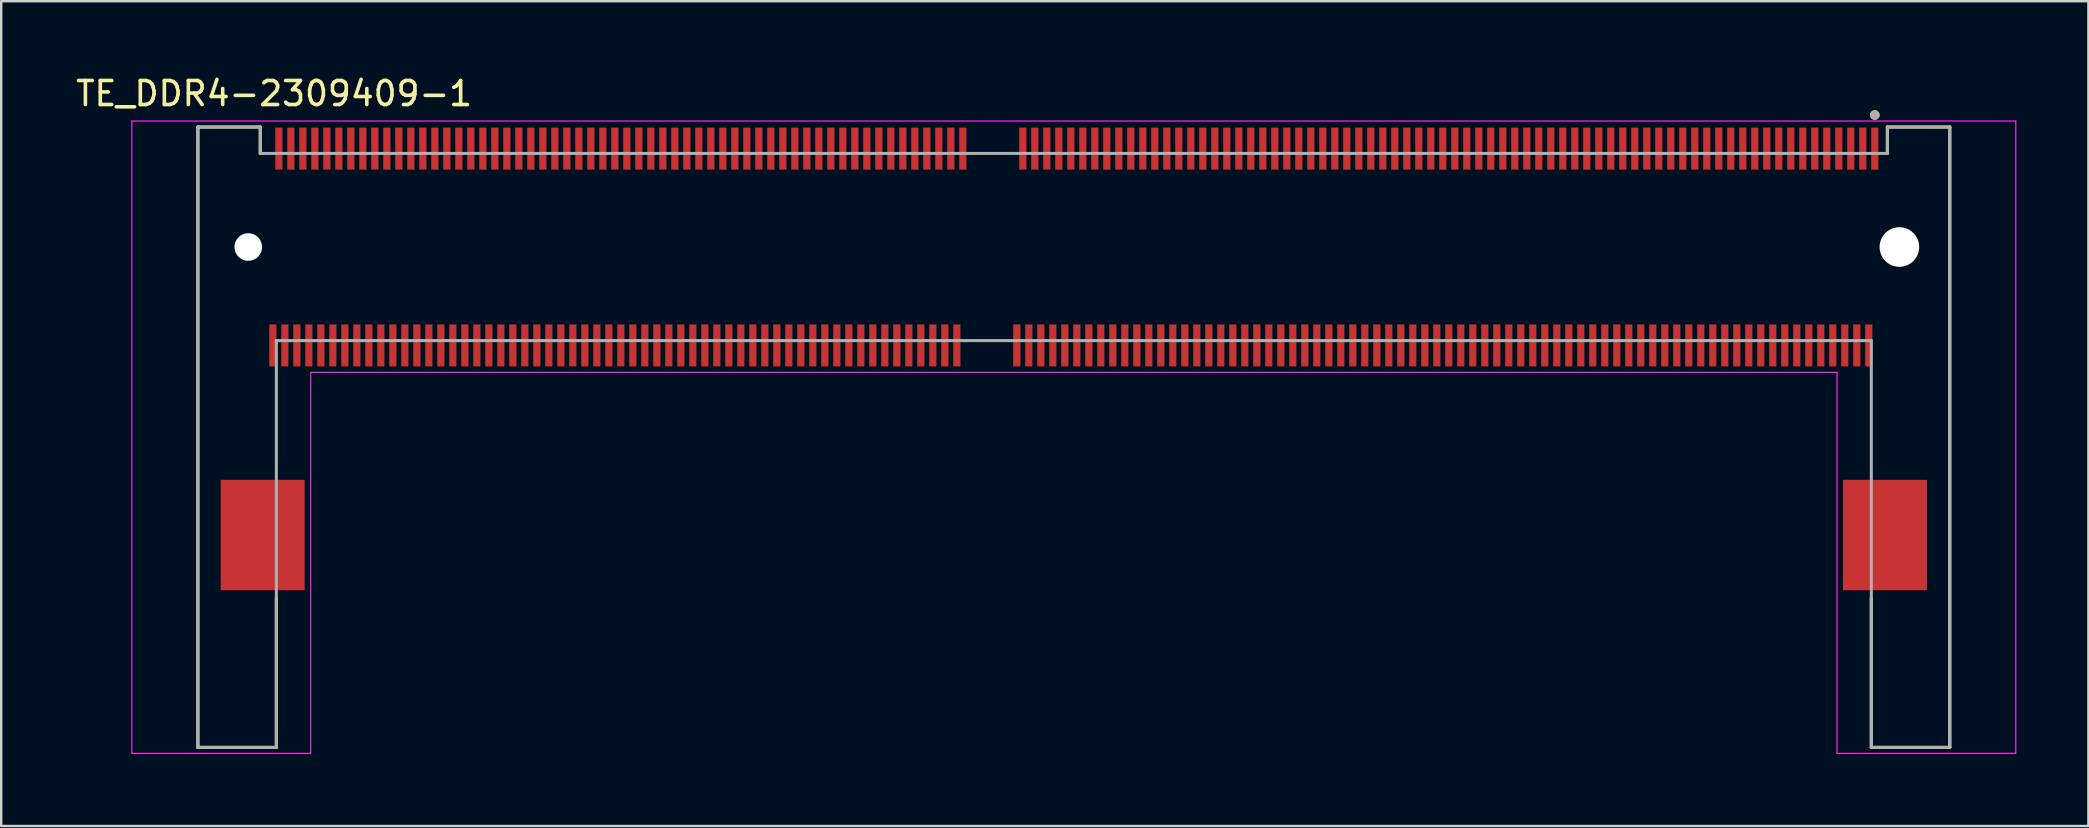
<source format=kicad_pcb>
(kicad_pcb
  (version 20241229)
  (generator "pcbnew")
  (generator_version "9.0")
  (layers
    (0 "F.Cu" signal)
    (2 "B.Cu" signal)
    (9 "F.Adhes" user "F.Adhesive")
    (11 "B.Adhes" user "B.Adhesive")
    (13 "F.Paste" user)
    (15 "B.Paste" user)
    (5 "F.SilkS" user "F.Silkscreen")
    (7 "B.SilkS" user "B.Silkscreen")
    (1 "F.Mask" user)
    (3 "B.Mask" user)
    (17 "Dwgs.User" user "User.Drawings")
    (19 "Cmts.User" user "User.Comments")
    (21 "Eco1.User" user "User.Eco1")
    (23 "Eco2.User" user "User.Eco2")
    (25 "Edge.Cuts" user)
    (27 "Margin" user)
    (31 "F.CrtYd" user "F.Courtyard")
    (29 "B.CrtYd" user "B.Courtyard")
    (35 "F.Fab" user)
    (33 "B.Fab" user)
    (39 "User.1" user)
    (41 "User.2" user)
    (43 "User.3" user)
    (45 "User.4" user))
  (footprint "TE_DDR4-2309409-1"
    (layer "F.Cu")
    (at 38.195 7.243)
    (property "Reference" "TE_DDR4-2309409-1" (at -29.821 -6.394 0) (layer "F.SilkS") (effects (font (size 1.001 1.001) (thickness 0.15))))
    (attr smd)
    (fp_line (start -33 -5) (end -33 20.85) (stroke (width 0.127) (type solid)) (layer "F.SilkS"))
    (fp_line (start -33 20.85) (end -29.73 20.85) (stroke (width 0.127) (type solid)) (layer "F.SilkS"))
    (fp_line (start -30.4 -5) (end -33 -5) (stroke (width 0.127) (type solid)) (layer "F.SilkS"))
    (fp_line (start -30.4 -3.9) (end -30.4 -5) (stroke (width 0.127) (type solid)) (layer "F.SilkS"))
    (fp_line (start -29.73 20.85) (end -29.73 14.62) (stroke (width 0.127) (type solid)) (layer "F.SilkS"))
    (fp_line (start 36.73 20.85) (end 36.73 14.62) (stroke (width 0.127) (type solid)) (layer "F.SilkS"))
    (fp_line (start 37.4 -5) (end 40 -5) (stroke (width 0.127) (type solid)) (layer "F.SilkS"))
    (fp_line (start 37.4 -3.9) (end 37.4 -5) (stroke (width 0.127) (type solid)) (layer "F.SilkS"))
    (fp_line (start 40 -5) (end 40 20.85) (stroke (width 0.127) (type solid)) (layer "F.SilkS"))
    (fp_line (start 40 20.85) (end 36.73 20.85) (stroke (width 0.127) (type solid)) (layer "F.SilkS"))
    (fp_circle (center 36.875 -5.5) (end 36.975 -5.5) (stroke (width 0.2) (type solid)) (fill no) (layer "F.SilkS"))
    (fp_line (start -35.75 -5.25) (end 42.75 -5.25) (stroke (width 0.05) (type solid)) (layer "F.CrtYd"))
    (fp_line (start -35.75 21.1) (end -35.75 -5.25) (stroke (width 0.05) (type solid)) (layer "F.CrtYd"))
    (fp_line (start -28.3 5.225) (end -28.3 21.1) (stroke (width 0.05) (type solid)) (layer "F.CrtYd"))
    (fp_line (start -28.3 21.1) (end -35.75 21.1) (stroke (width 0.05) (type solid)) (layer "F.CrtYd"))
    (fp_line (start 35.3 5.225) (end -28.3 5.225) (stroke (width 0.05) (type solid)) (layer "F.CrtYd"))
    (fp_line (start 35.3 21.1) (end 35.3 5.225) (stroke (width 0.05) (type solid)) (layer "F.CrtYd"))
    (fp_line (start 42.75 -5.25) (end 42.75 21.1) (stroke (width 0.05) (type solid)) (layer "F.CrtYd"))
    (fp_line (start 42.75 21.1) (end 35.3 21.1) (stroke (width 0.05) (type solid)) (layer "F.CrtYd"))
    (fp_line (start -33 -5) (end -33 20.85) (stroke (width 0.127) (type solid)) (layer "F.Fab"))
    (fp_line (start -33 -5) (end -30.4 -5) (stroke (width 0.127) (type solid)) (layer "F.Fab"))
    (fp_line (start -33 20.85) (end -29.73 20.85) (stroke (width 0.127) (type solid)) (layer "F.Fab"))
    (fp_line (start -30.4 -5) (end -30.4 -3.9) (stroke (width 0.127) (type solid)) (layer "F.Fab"))
    (fp_line (start -30.4 -3.9) (end 37.4 -3.9) (stroke (width 0.127) (type solid)) (layer "F.Fab"))
    (fp_line (start -29.73 3.9) (end 36.73 3.9) (stroke (width 0.127) (type solid)) (layer "F.Fab"))
    (fp_line (start -29.73 20.85) (end -29.73 3.9) (stroke (width 0.127) (type solid)) (layer "F.Fab"))
    (fp_line (start 36.73 3.9) (end 36.73 20.85) (stroke (width 0.127) (type solid)) (layer "F.Fab"))
    (fp_line (start 36.73 20.85) (end 40 20.85) (stroke (width 0.127) (type solid)) (layer "F.Fab"))
    (fp_line (start 37.4 -5) (end 40 -5) (stroke (width 0.127) (type solid)) (layer "F.Fab"))
    (fp_line (start 37.4 -3.9) (end 37.4 -5) (stroke (width 0.127) (type solid)) (layer "F.Fab"))
    (fp_line (start 40 20.85) (end 40 -5) (stroke (width 0.127) (type solid)) (layer "F.Fab"))
    (fp_circle (center 36.875 -5.5) (end 36.975 -5.5) (stroke (width 0.2) (type solid)) (fill no) (layer "F.Fab"))
    (pad "" np_thru_hole circle (at -30.9 0) (size 1.15 1.15) (drill 1.15) (layers "*.Cu" "*.Mask"))
    (pad "" np_thru_hole circle (at 37.9 0) (size 1.65 1.65) (drill 1.65) (layers "*.Cu" "*.Mask"))
    (pad "1" smd rect (at 36.875 -4.1) (size 0.3 1.75) (layers "F.Cu" "F.Mask" "F.Paste"))
    (pad "2" smd rect (at 36.625 4.1) (size 0.3 1.75) (layers "F.Cu" "F.Mask" "F.Paste"))
    (pad "3" smd rect (at 36.375 -4.1) (size 0.3 1.75) (layers "F.Cu" "F.Mask" "F.Paste"))
    (pad "4" smd rect (at 36.125 4.1) (size 0.3 1.75) (layers "F.Cu" "F.Mask" "F.Paste"))
    (pad "5" smd rect (at 35.875 -4.1) (size 0.3 1.75) (layers "F.Cu" "F.Mask" "F.Paste"))
    (pad "6" smd rect (at 35.625 4.1) (size 0.3 1.75) (layers "F.Cu" "F.Mask" "F.Paste"))
    (pad "7" smd rect (at 35.375 -4.1) (size 0.3 1.75) (layers "F.Cu" "F.Mask" "F.Paste"))
    (pad "8" smd rect (at 35.125 4.1) (size 0.3 1.75) (layers "F.Cu" "F.Mask" "F.Paste"))
    (pad "9" smd rect (at 34.875 -4.1) (size 0.3 1.75) (layers "F.Cu" "F.Mask" "F.Paste"))
    (pad "10" smd rect (at 34.625 4.1) (size 0.3 1.75) (layers "F.Cu" "F.Mask" "F.Paste"))
    (pad "11" smd rect (at 34.375 -4.1) (size 0.3 1.75) (layers "F.Cu" "F.Mask" "F.Paste"))
    (pad "12" smd rect (at 34.125 4.1) (size 0.3 1.75) (layers "F.Cu" "F.Mask" "F.Paste"))
    (pad "13" smd rect (at 33.875 -4.1) (size 0.3 1.75) (layers "F.Cu" "F.Mask" "F.Paste"))
    (pad "14" smd rect (at 33.625 4.1) (size 0.3 1.75) (layers "F.Cu" "F.Mask" "F.Paste"))
    (pad "15" smd rect (at 33.375 -4.1) (size 0.3 1.75) (layers "F.Cu" "F.Mask" "F.Paste"))
    (pad "16" smd rect (at 33.125 4.1) (size 0.3 1.75) (layers "F.Cu" "F.Mask" "F.Paste"))
    (pad "17" smd rect (at 32.875 -4.1) (size 0.3 1.75) (layers "F.Cu" "F.Mask" "F.Paste"))
    (pad "18" smd rect (at 32.625 4.1) (size 0.3 1.75) (layers "F.Cu" "F.Mask" "F.Paste"))
    (pad "19" smd rect (at 32.375 -4.1) (size 0.3 1.75) (layers "F.Cu" "F.Mask" "F.Paste"))
    (pad "20" smd rect (at 32.125 4.1) (size 0.3 1.75) (layers "F.Cu" "F.Mask" "F.Paste"))
    (pad "21" smd rect (at 31.875 -4.1) (size 0.3 1.75) (layers "F.Cu" "F.Mask" "F.Paste"))
    (pad "22" smd rect (at 31.625 4.1) (size 0.3 1.75) (layers "F.Cu" "F.Mask" "F.Paste"))
    (pad "23" smd rect (at 31.375 -4.1) (size 0.3 1.75) (layers "F.Cu" "F.Mask" "F.Paste"))
    (pad "24" smd rect (at 31.125 4.1) (size 0.3 1.75) (layers "F.Cu" "F.Mask" "F.Paste"))
    (pad "25" smd rect (at 30.875 -4.1) (size 0.3 1.75) (layers "F.Cu" "F.Mask" "F.Paste"))
    (pad "26" smd rect (at 30.625 4.1) (size 0.3 1.75) (layers "F.Cu" "F.Mask" "F.Paste"))
    (pad "27" smd rect (at 30.375 -4.1) (size 0.3 1.75) (layers "F.Cu" "F.Mask" "F.Paste"))
    (pad "28" smd rect (at 30.125 4.1) (size 0.3 1.75) (layers "F.Cu" "F.Mask" "F.Paste"))
    (pad "29" smd rect (at 29.875 -4.1) (size 0.3 1.75) (layers "F.Cu" "F.Mask" "F.Paste"))
    (pad "30" smd rect (at 29.625 4.1) (size 0.3 1.75) (layers "F.Cu" "F.Mask" "F.Paste"))
    (pad "31" smd rect (at 29.375 -4.1) (size 0.3 1.75) (layers "F.Cu" "F.Mask" "F.Paste"))
    (pad "32" smd rect (at 29.125 4.1) (size 0.3 1.75) (layers "F.Cu" "F.Mask" "F.Paste"))
    (pad "33" smd rect (at 28.875 -4.1) (size 0.3 1.75) (layers "F.Cu" "F.Mask" "F.Paste"))
    (pad "34" smd rect (at 28.625 4.1) (size 0.3 1.75) (layers "F.Cu" "F.Mask" "F.Paste"))
    (pad "35" smd rect (at 28.375 -4.1) (size 0.3 1.75) (layers "F.Cu" "F.Mask" "F.Paste"))
    (pad "36" smd rect (at 28.125 4.1) (size 0.3 1.75) (layers "F.Cu" "F.Mask" "F.Paste"))
    (pad "37" smd rect (at 27.875 -4.1) (size 0.3 1.75) (layers "F.Cu" "F.Mask" "F.Paste"))
    (pad "38" smd rect (at 27.625 4.1) (size 0.3 1.75) (layers "F.Cu" "F.Mask" "F.Paste"))
    (pad "39" smd rect (at 27.375 -4.1) (size 0.3 1.75) (layers "F.Cu" "F.Mask" "F.Paste"))
    (pad "40" smd rect (at 27.125 4.1) (size 0.3 1.75) (layers "F.Cu" "F.Mask" "F.Paste"))
    (pad "41" smd rect (at 26.875 -4.1) (size 0.3 1.75) (layers "F.Cu" "F.Mask" "F.Paste"))
    (pad "42" smd rect (at 26.625 4.1) (size 0.3 1.75) (layers "F.Cu" "F.Mask" "F.Paste"))
    (pad "43" smd rect (at 26.375 -4.1) (size 0.3 1.75) (layers "F.Cu" "F.Mask" "F.Paste"))
    (pad "44" smd rect (at 26.125 4.1) (size 0.3 1.75) (layers "F.Cu" "F.Mask" "F.Paste"))
    (pad "45" smd rect (at 25.875 -4.1) (size 0.3 1.75) (layers "F.Cu" "F.Mask" "F.Paste"))
    (pad "46" smd rect (at 25.625 4.1) (size 0.3 1.75) (layers "F.Cu" "F.Mask" "F.Paste"))
    (pad "47" smd rect (at 25.375 -4.1) (size 0.3 1.75) (layers "F.Cu" "F.Mask" "F.Paste"))
    (pad "48" smd rect (at 25.125 4.1) (size 0.3 1.75) (layers "F.Cu" "F.Mask" "F.Paste"))
    (pad "49" smd rect (at 24.875 -4.1) (size 0.3 1.75) (layers "F.Cu" "F.Mask" "F.Paste"))
    (pad "50" smd rect (at 24.625 4.1) (size 0.3 1.75) (layers "F.Cu" "F.Mask" "F.Paste"))
    (pad "51" smd rect (at 24.375 -4.1) (size 0.3 1.75) (layers "F.Cu" "F.Mask" "F.Paste"))
    (pad "52" smd rect (at 24.125 4.1) (size 0.3 1.75) (layers "F.Cu" "F.Mask" "F.Paste"))
    (pad "53" smd rect (at 23.875 -4.1) (size 0.3 1.75) (layers "F.Cu" "F.Mask" "F.Paste"))
    (pad "54" smd rect (at 23.625 4.1) (size 0.3 1.75) (layers "F.Cu" "F.Mask" "F.Paste"))
    (pad "55" smd rect (at 23.375 -4.1) (size 0.3 1.75) (layers "F.Cu" "F.Mask" "F.Paste"))
    (pad "56" smd rect (at 23.125 4.1) (size 0.3 1.75) (layers "F.Cu" "F.Mask" "F.Paste"))
    (pad "57" smd rect (at 22.875 -4.1) (size 0.3 1.75) (layers "F.Cu" "F.Mask" "F.Paste"))
    (pad "58" smd rect (at 22.625 4.1) (size 0.3 1.75) (layers "F.Cu" "F.Mask" "F.Paste"))
    (pad "59" smd rect (at 22.375 -4.1) (size 0.3 1.75) (layers "F.Cu" "F.Mask" "F.Paste"))
    (pad "60" smd rect (at 22.125 4.1) (size 0.3 1.75) (layers "F.Cu" "F.Mask" "F.Paste"))
    (pad "61" smd rect (at 21.875 -4.1) (size 0.3 1.75) (layers "F.Cu" "F.Mask" "F.Paste"))
    (pad "62" smd rect (at 21.625 4.1) (size 0.3 1.75) (layers "F.Cu" "F.Mask" "F.Paste"))
    (pad "63" smd rect (at 21.375 -4.1) (size 0.3 1.75) (layers "F.Cu" "F.Mask" "F.Paste"))
    (pad "64" smd rect (at 21.125 4.1) (size 0.3 1.75) (layers "F.Cu" "F.Mask" "F.Paste"))
    (pad "65" smd rect (at 20.875 -4.1) (size 0.3 1.75) (layers "F.Cu" "F.Mask" "F.Paste"))
    (pad "66" smd rect (at 20.625 4.1) (size 0.3 1.75) (layers "F.Cu" "F.Mask" "F.Paste"))
    (pad "67" smd rect (at 20.375 -4.1) (size 0.3 1.75) (layers "F.Cu" "F.Mask" "F.Paste"))
    (pad "68" smd rect (at 20.125 4.1) (size 0.3 1.75) (layers "F.Cu" "F.Mask" "F.Paste"))
    (pad "69" smd rect (at 19.875 -4.1) (size 0.3 1.75) (layers "F.Cu" "F.Mask" "F.Paste"))
    (pad "70" smd rect (at 19.625 4.1) (size 0.3 1.75) (layers "F.Cu" "F.Mask" "F.Paste"))
    (pad "71" smd rect (at 19.375 -4.1) (size 0.3 1.75) (layers "F.Cu" "F.Mask" "F.Paste"))
    (pad "72" smd rect (at 19.125 4.1) (size 0.3 1.75) (layers "F.Cu" "F.Mask" "F.Paste"))
    (pad "73" smd rect (at 18.875 -4.1) (size 0.3 1.75) (layers "F.Cu" "F.Mask" "F.Paste"))
    (pad "74" smd rect (at 18.625 4.1) (size 0.3 1.75) (layers "F.Cu" "F.Mask" "F.Paste"))
    (pad "75" smd rect (at 18.375 -4.1) (size 0.3 1.75) (layers "F.Cu" "F.Mask" "F.Paste"))
    (pad "76" smd rect (at 18.125 4.1) (size 0.3 1.75) (layers "F.Cu" "F.Mask" "F.Paste"))
    (pad "77" smd rect (at 17.875 -4.1) (size 0.3 1.75) (layers "F.Cu" "F.Mask" "F.Paste"))
    (pad "78" smd rect (at 17.625 4.1) (size 0.3 1.75) (layers "F.Cu" "F.Mask" "F.Paste"))
    (pad "79" smd rect (at 17.375 -4.1) (size 0.3 1.75) (layers "F.Cu" "F.Mask" "F.Paste"))
    (pad "80" smd rect (at 17.125 4.1) (size 0.3 1.75) (layers "F.Cu" "F.Mask" "F.Paste"))
    (pad "81" smd rect (at 16.875 -4.1) (size 0.3 1.75) (layers "F.Cu" "F.Mask" "F.Paste"))
    (pad "82" smd rect (at 16.625 4.1) (size 0.3 1.75) (layers "F.Cu" "F.Mask" "F.Paste"))
    (pad "83" smd rect (at 16.375 -4.1) (size 0.3 1.75) (layers "F.Cu" "F.Mask" "F.Paste"))
    (pad "84" smd rect (at 16.125 4.1) (size 0.3 1.75) (layers "F.Cu" "F.Mask" "F.Paste"))
    (pad "85" smd rect (at 15.875 -4.1) (size 0.3 1.75) (layers "F.Cu" "F.Mask" "F.Paste"))
    (pad "86" smd rect (at 15.625 4.1) (size 0.3 1.75) (layers "F.Cu" "F.Mask" "F.Paste"))
    (pad "87" smd rect (at 15.375 -4.1) (size 0.3 1.75) (layers "F.Cu" "F.Mask" "F.Paste"))
    (pad "88" smd rect (at 15.125 4.1) (size 0.3 1.75) (layers "F.Cu" "F.Mask" "F.Paste"))
    (pad "89" smd rect (at 14.875 -4.1) (size 0.3 1.75) (layers "F.Cu" "F.Mask" "F.Paste"))
    (pad "90" smd rect (at 14.625 4.1) (size 0.3 1.75) (layers "F.Cu" "F.Mask" "F.Paste"))
    (pad "91" smd rect (at 14.375 -4.1) (size 0.3 1.75) (layers "F.Cu" "F.Mask" "F.Paste"))
    (pad "92" smd rect (at 14.125 4.1) (size 0.3 1.75) (layers "F.Cu" "F.Mask" "F.Paste"))
    (pad "93" smd rect (at 13.875 -4.1) (size 0.3 1.75) (layers "F.Cu" "F.Mask" "F.Paste"))
    (pad "94" smd rect (at 13.625 4.1) (size 0.3 1.75) (layers "F.Cu" "F.Mask" "F.Paste"))
    (pad "95" smd rect (at 13.375 -4.1) (size 0.3 1.75) (layers "F.Cu" "F.Mask" "F.Paste"))
    (pad "96" smd rect (at 13.125 4.1) (size 0.3 1.75) (layers "F.Cu" "F.Mask" "F.Paste"))
    (pad "97" smd rect (at 12.875 -4.1) (size 0.3 1.75) (layers "F.Cu" "F.Mask" "F.Paste"))
    (pad "98" smd rect (at 12.625 4.1) (size 0.3 1.75) (layers "F.Cu" "F.Mask" "F.Paste"))
    (pad "99" smd rect (at 12.375 -4.1) (size 0.3 1.75) (layers "F.Cu" "F.Mask" "F.Paste"))
    (pad "100" smd rect (at 12.125 4.1) (size 0.3 1.75) (layers "F.Cu" "F.Mask" "F.Paste"))
    (pad "101" smd rect (at 11.875 -4.1) (size 0.3 1.75) (layers "F.Cu" "F.Mask" "F.Paste"))
    (pad "102" smd rect (at 11.625 4.1) (size 0.3 1.75) (layers "F.Cu" "F.Mask" "F.Paste"))
    (pad "103" smd rect (at 11.375 -4.1) (size 0.3 1.75) (layers "F.Cu" "F.Mask" "F.Paste"))
    (pad "104" smd rect (at 11.125 4.1) (size 0.3 1.75) (layers "F.Cu" "F.Mask" "F.Paste"))
    (pad "105" smd rect (at 10.875 -4.1) (size 0.3 1.75) (layers "F.Cu" "F.Mask" "F.Paste"))
    (pad "106" smd rect (at 10.625 4.1) (size 0.3 1.75) (layers "F.Cu" "F.Mask" "F.Paste"))
    (pad "107" smd rect (at 10.375 -4.1) (size 0.3 1.75) (layers "F.Cu" "F.Mask" "F.Paste"))
    (pad "108" smd rect (at 10.125 4.1) (size 0.3 1.75) (layers "F.Cu" "F.Mask" "F.Paste"))
    (pad "109" smd rect (at 9.875 -4.1) (size 0.3 1.75) (layers "F.Cu" "F.Mask" "F.Paste"))
    (pad "110" smd rect (at 9.625 4.1) (size 0.3 1.75) (layers "F.Cu" "F.Mask" "F.Paste"))
    (pad "111" smd rect (at 9.375 -4.1) (size 0.3 1.75) (layers "F.Cu" "F.Mask" "F.Paste"))
    (pad "112" smd rect (at 9.125 4.1) (size 0.3 1.75) (layers "F.Cu" "F.Mask" "F.Paste"))
    (pad "113" smd rect (at 8.875 -4.1) (size 0.3 1.75) (layers "F.Cu" "F.Mask" "F.Paste"))
    (pad "114" smd rect (at 8.625 4.1) (size 0.3 1.75) (layers "F.Cu" "F.Mask" "F.Paste"))
    (pad "115" smd rect (at 8.375 -4.1) (size 0.3 1.75) (layers "F.Cu" "F.Mask" "F.Paste"))
    (pad "116" smd rect (at 8.125 4.1) (size 0.3 1.75) (layers "F.Cu" "F.Mask" "F.Paste"))
    (pad "117" smd rect (at 7.875 -4.1) (size 0.3 1.75) (layers "F.Cu" "F.Mask" "F.Paste"))
    (pad "118" smd rect (at 7.625 4.1) (size 0.3 1.75) (layers "F.Cu" "F.Mask" "F.Paste"))
    (pad "119" smd rect (at 7.375 -4.1) (size 0.3 1.75) (layers "F.Cu" "F.Mask" "F.Paste"))
    (pad "120" smd rect (at 7.125 4.1) (size 0.3 1.75) (layers "F.Cu" "F.Mask" "F.Paste"))
    (pad "121" smd rect (at 6.875 -4.1) (size 0.3 1.75) (layers "F.Cu" "F.Mask" "F.Paste"))
    (pad "122" smd rect (at 6.625 4.1) (size 0.3 1.75) (layers "F.Cu" "F.Mask" "F.Paste"))
    (pad "123" smd rect (at 6.375 -4.1) (size 0.3 1.75) (layers "F.Cu" "F.Mask" "F.Paste"))
    (pad "124" smd rect (at 6.125 4.1) (size 0.3 1.75) (layers "F.Cu" "F.Mask" "F.Paste"))
    (pad "125" smd rect (at 5.875 -4.1) (size 0.3 1.75) (layers "F.Cu" "F.Mask" "F.Paste"))
    (pad "126" smd rect (at 5.625 4.1) (size 0.3 1.75) (layers "F.Cu" "F.Mask" "F.Paste"))
    (pad "127" smd rect (at 5.375 -4.1) (size 0.3 1.75) (layers "F.Cu" "F.Mask" "F.Paste"))
    (pad "128" smd rect (at 5.125 4.1) (size 0.3 1.75) (layers "F.Cu" "F.Mask" "F.Paste"))
    (pad "129" smd rect (at 4.875 -4.1) (size 0.3 1.75) (layers "F.Cu" "F.Mask" "F.Paste"))
    (pad "130" smd rect (at 4.625 4.1) (size 0.3 1.75) (layers "F.Cu" "F.Mask" "F.Paste"))
    (pad "131" smd rect (at 4.375 -4.1) (size 0.3 1.75) (layers "F.Cu" "F.Mask" "F.Paste"))
    (pad "132" smd rect (at 4.125 4.1) (size 0.3 1.75) (layers "F.Cu" "F.Mask" "F.Paste"))
    (pad "133" smd rect (at 3.875 -4.1) (size 0.3 1.75) (layers "F.Cu" "F.Mask" "F.Paste"))
    (pad "134" smd rect (at 3.625 4.1) (size 0.3 1.75) (layers "F.Cu" "F.Mask" "F.Paste"))
    (pad "135" smd rect (at 3.375 -4.1) (size 0.3 1.75) (layers "F.Cu" "F.Mask" "F.Paste"))
    (pad "136" smd rect (at 3.125 4.1) (size 0.3 1.75) (layers "F.Cu" "F.Mask" "F.Paste"))
    (pad "137" smd rect (at 2.875 -4.1) (size 0.3 1.75) (layers "F.Cu" "F.Mask" "F.Paste"))
    (pad "138" smd rect (at 2.625 4.1) (size 0.3 1.75) (layers "F.Cu" "F.Mask" "F.Paste"))
    (pad "139" smd rect (at 2.375 -4.1) (size 0.3 1.75) (layers "F.Cu" "F.Mask" "F.Paste"))
    (pad "140" smd rect (at 2.125 4.1) (size 0.3 1.75) (layers "F.Cu" "F.Mask" "F.Paste"))
    (pad "141" smd rect (at 1.875 -4.1) (size 0.3 1.75) (layers "F.Cu" "F.Mask" "F.Paste"))
    (pad "142" smd rect (at 1.625 4.1) (size 0.3 1.75) (layers "F.Cu" "F.Mask" "F.Paste"))
    (pad "143" smd rect (at 1.375 -4.1) (size 0.3 1.75) (layers "F.Cu" "F.Mask" "F.Paste"))
    (pad "144" smd rect (at 1.125 4.1) (size 0.3 1.75) (layers "F.Cu" "F.Mask" "F.Paste"))
    (pad "145" smd rect (at -1.125 -4.1) (size 0.3 1.75) (layers "F.Cu" "F.Mask" "F.Paste"))
    (pad "146" smd rect (at -1.375 4.1) (size 0.3 1.75) (layers "F.Cu" "F.Mask" "F.Paste"))
    (pad "147" smd rect (at -1.625 -4.1) (size 0.3 1.75) (layers "F.Cu" "F.Mask" "F.Paste"))
    (pad "148" smd rect (at -1.875 4.1) (size 0.3 1.75) (layers "F.Cu" "F.Mask" "F.Paste"))
    (pad "149" smd rect (at -2.125 -4.1) (size 0.3 1.75) (layers "F.Cu" "F.Mask" "F.Paste"))
    (pad "150" smd rect (at -2.375 4.1) (size 0.3 1.75) (layers "F.Cu" "F.Mask" "F.Paste"))
    (pad "151" smd rect (at -2.625 -4.1) (size 0.3 1.75) (layers "F.Cu" "F.Mask" "F.Paste"))
    (pad "152" smd rect (at -2.875 4.1) (size 0.3 1.75) (layers "F.Cu" "F.Mask" "F.Paste"))
    (pad "153" smd rect (at -3.125 -4.1) (size 0.3 1.75) (layers "F.Cu" "F.Mask" "F.Paste"))
    (pad "154" smd rect (at -3.375 4.1) (size 0.3 1.75) (layers "F.Cu" "F.Mask" "F.Paste"))
    (pad "155" smd rect (at -3.625 -4.1) (size 0.3 1.75) (layers "F.Cu" "F.Mask" "F.Paste"))
    (pad "156" smd rect (at -3.875 4.1) (size 0.3 1.75) (layers "F.Cu" "F.Mask" "F.Paste"))
    (pad "157" smd rect (at -4.125 -4.1) (size 0.3 1.75) (layers "F.Cu" "F.Mask" "F.Paste"))
    (pad "158" smd rect (at -4.375 4.1) (size 0.3 1.75) (layers "F.Cu" "F.Mask" "F.Paste"))
    (pad "159" smd rect (at -4.625 -4.1) (size 0.3 1.75) (layers "F.Cu" "F.Mask" "F.Paste"))
    (pad "160" smd rect (at -4.875 4.1) (size 0.3 1.75) (layers "F.Cu" "F.Mask" "F.Paste"))
    (pad "161" smd rect (at -5.125 -4.1) (size 0.3 1.75) (layers "F.Cu" "F.Mask" "F.Paste"))
    (pad "162" smd rect (at -5.375 4.1) (size 0.3 1.75) (layers "F.Cu" "F.Mask" "F.Paste"))
    (pad "163" smd rect (at -5.625 -4.1) (size 0.3 1.75) (layers "F.Cu" "F.Mask" "F.Paste"))
    (pad "164" smd rect (at -5.875 4.1) (size 0.3 1.75) (layers "F.Cu" "F.Mask" "F.Paste"))
    (pad "165" smd rect (at -6.125 -4.1) (size 0.3 1.75) (layers "F.Cu" "F.Mask" "F.Paste"))
    (pad "166" smd rect (at -6.375 4.1) (size 0.3 1.75) (layers "F.Cu" "F.Mask" "F.Paste"))
    (pad "167" smd rect (at -6.625 -4.1) (size 0.3 1.75) (layers "F.Cu" "F.Mask" "F.Paste"))
    (pad "168" smd rect (at -6.875 4.1) (size 0.3 1.75) (layers "F.Cu" "F.Mask" "F.Paste"))
    (pad "169" smd rect (at -7.125 -4.1) (size 0.3 1.75) (layers "F.Cu" "F.Mask" "F.Paste"))
    (pad "170" smd rect (at -7.375 4.1) (size 0.3 1.75) (layers "F.Cu" "F.Mask" "F.Paste"))
    (pad "171" smd rect (at -7.625 -4.1) (size 0.3 1.75) (layers "F.Cu" "F.Mask" "F.Paste"))
    (pad "172" smd rect (at -7.875 4.1) (size 0.3 1.75) (layers "F.Cu" "F.Mask" "F.Paste"))
    (pad "173" smd rect (at -8.125 -4.1) (size 0.3 1.75) (layers "F.Cu" "F.Mask" "F.Paste"))
    (pad "174" smd rect (at -8.375 4.1) (size 0.3 1.75) (layers "F.Cu" "F.Mask" "F.Paste"))
    (pad "175" smd rect (at -8.625 -4.1) (size 0.3 1.75) (layers "F.Cu" "F.Mask" "F.Paste"))
    (pad "176" smd rect (at -8.875 4.1) (size 0.3 1.75) (layers "F.Cu" "F.Mask" "F.Paste"))
    (pad "177" smd rect (at -9.125 -4.1) (size 0.3 1.75) (layers "F.Cu" "F.Mask" "F.Paste"))
    (pad "178" smd rect (at -9.375 4.1) (size 0.3 1.75) (layers "F.Cu" "F.Mask" "F.Paste"))
    (pad "179" smd rect (at -9.625 -4.1) (size 0.3 1.75) (layers "F.Cu" "F.Mask" "F.Paste"))
    (pad "180" smd rect (at -9.875 4.1) (size 0.3 1.75) (layers "F.Cu" "F.Mask" "F.Paste"))
    (pad "181" smd rect (at -10.125 -4.1) (size 0.3 1.75) (layers "F.Cu" "F.Mask" "F.Paste"))
    (pad "182" smd rect (at -10.375 4.1) (size 0.3 1.75) (layers "F.Cu" "F.Mask" "F.Paste"))
    (pad "183" smd rect (at -10.625 -4.1) (size 0.3 1.75) (layers "F.Cu" "F.Mask" "F.Paste"))
    (pad "184" smd rect (at -10.875 4.1) (size 0.3 1.75) (layers "F.Cu" "F.Mask" "F.Paste"))
    (pad "185" smd rect (at -11.125 -4.1) (size 0.3 1.75) (layers "F.Cu" "F.Mask" "F.Paste"))
    (pad "186" smd rect (at -11.375 4.1) (size 0.3 1.75) (layers "F.Cu" "F.Mask" "F.Paste"))
    (pad "187" smd rect (at -11.625 -4.1) (size 0.3 1.75) (layers "F.Cu" "F.Mask" "F.Paste"))
    (pad "188" smd rect (at -11.875 4.1) (size 0.3 1.75) (layers "F.Cu" "F.Mask" "F.Paste"))
    (pad "189" smd rect (at -12.125 -4.1) (size 0.3 1.75) (layers "F.Cu" "F.Mask" "F.Paste"))
    (pad "190" smd rect (at -12.375 4.1) (size 0.3 1.75) (layers "F.Cu" "F.Mask" "F.Paste"))
    (pad "191" smd rect (at -12.625 -4.1) (size 0.3 1.75) (layers "F.Cu" "F.Mask" "F.Paste"))
    (pad "192" smd rect (at -12.875 4.1) (size 0.3 1.75) (layers "F.Cu" "F.Mask" "F.Paste"))
    (pad "193" smd rect (at -13.125 -4.1) (size 0.3 1.75) (layers "F.Cu" "F.Mask" "F.Paste"))
    (pad "194" smd rect (at -13.375 4.1) (size 0.3 1.75) (layers "F.Cu" "F.Mask" "F.Paste"))
    (pad "195" smd rect (at -13.625 -4.1) (size 0.3 1.75) (layers "F.Cu" "F.Mask" "F.Paste"))
    (pad "196" smd rect (at -13.875 4.1) (size 0.3 1.75) (layers "F.Cu" "F.Mask" "F.Paste"))
    (pad "197" smd rect (at -14.125 -4.1) (size 0.3 1.75) (layers "F.Cu" "F.Mask" "F.Paste"))
    (pad "198" smd rect (at -14.375 4.1) (size 0.3 1.75) (layers "F.Cu" "F.Mask" "F.Paste"))
    (pad "199" smd rect (at -14.625 -4.1) (size 0.3 1.75) (layers "F.Cu" "F.Mask" "F.Paste"))
    (pad "200" smd rect (at -14.875 4.1) (size 0.3 1.75) (layers "F.Cu" "F.Mask" "F.Paste"))
    (pad "201" smd rect (at -15.125 -4.1) (size 0.3 1.75) (layers "F.Cu" "F.Mask" "F.Paste"))
    (pad "202" smd rect (at -15.375 4.1) (size 0.3 1.75) (layers "F.Cu" "F.Mask" "F.Paste"))
    (pad "203" smd rect (at -15.625 -4.1) (size 0.3 1.75) (layers "F.Cu" "F.Mask" "F.Paste"))
    (pad "204" smd rect (at -15.875 4.1) (size 0.3 1.75) (layers "F.Cu" "F.Mask" "F.Paste"))
    (pad "205" smd rect (at -16.125 -4.1) (size 0.3 1.75) (layers "F.Cu" "F.Mask" "F.Paste"))
    (pad "206" smd rect (at -16.375 4.1) (size 0.3 1.75) (layers "F.Cu" "F.Mask" "F.Paste"))
    (pad "207" smd rect (at -16.625 -4.1) (size 0.3 1.75) (layers "F.Cu" "F.Mask" "F.Paste"))
    (pad "208" smd rect (at -16.875 4.1) (size 0.3 1.75) (layers "F.Cu" "F.Mask" "F.Paste"))
    (pad "209" smd rect (at -17.125 -4.1) (size 0.3 1.75) (layers "F.Cu" "F.Mask" "F.Paste"))
    (pad "210" smd rect (at -17.375 4.1) (size 0.3 1.75) (layers "F.Cu" "F.Mask" "F.Paste"))
    (pad "211" smd rect (at -17.625 -4.1) (size 0.3 1.75) (layers "F.Cu" "F.Mask" "F.Paste"))
    (pad "212" smd rect (at -17.875 4.1) (size 0.3 1.75) (layers "F.Cu" "F.Mask" "F.Paste"))
    (pad "213" smd rect (at -18.125 -4.1) (size 0.3 1.75) (layers "F.Cu" "F.Mask" "F.Paste"))
    (pad "214" smd rect (at -18.375 4.1) (size 0.3 1.75) (layers "F.Cu" "F.Mask" "F.Paste"))
    (pad "215" smd rect (at -18.625 -4.1) (size 0.3 1.75) (layers "F.Cu" "F.Mask" "F.Paste"))
    (pad "216" smd rect (at -18.875 4.1) (size 0.3 1.75) (layers "F.Cu" "F.Mask" "F.Paste"))
    (pad "217" smd rect (at -19.125 -4.1) (size 0.3 1.75) (layers "F.Cu" "F.Mask" "F.Paste"))
    (pad "218" smd rect (at -19.375 4.1) (size 0.3 1.75) (layers "F.Cu" "F.Mask" "F.Paste"))
    (pad "219" smd rect (at -19.625 -4.1) (size 0.3 1.75) (layers "F.Cu" "F.Mask" "F.Paste"))
    (pad "220" smd rect (at -19.875 4.1) (size 0.3 1.75) (layers "F.Cu" "F.Mask" "F.Paste"))
    (pad "221" smd rect (at -20.125 -4.1) (size 0.3 1.75) (layers "F.Cu" "F.Mask" "F.Paste"))
    (pad "222" smd rect (at -20.375 4.1) (size 0.3 1.75) (layers "F.Cu" "F.Mask" "F.Paste"))
    (pad "223" smd rect (at -20.625 -4.1) (size 0.3 1.75) (layers "F.Cu" "F.Mask" "F.Paste"))
    (pad "224" smd rect (at -20.875 4.1) (size 0.3 1.75) (layers "F.Cu" "F.Mask" "F.Paste"))
    (pad "225" smd rect (at -21.125 -4.1) (size 0.3 1.75) (layers "F.Cu" "F.Mask" "F.Paste"))
    (pad "226" smd rect (at -21.375 4.1) (size 0.3 1.75) (layers "F.Cu" "F.Mask" "F.Paste"))
    (pad "227" smd rect (at -21.625 -4.1) (size 0.3 1.75) (layers "F.Cu" "F.Mask" "F.Paste"))
    (pad "228" smd rect (at -21.875 4.1) (size 0.3 1.75) (layers "F.Cu" "F.Mask" "F.Paste"))
    (pad "229" smd rect (at -22.125 -4.1) (size 0.3 1.75) (layers "F.Cu" "F.Mask" "F.Paste"))
    (pad "230" smd rect (at -22.375 4.1) (size 0.3 1.75) (layers "F.Cu" "F.Mask" "F.Paste"))
    (pad "231" smd rect (at -22.625 -4.1) (size 0.3 1.75) (layers "F.Cu" "F.Mask" "F.Paste"))
    (pad "232" smd rect (at -22.875 4.1) (size 0.3 1.75) (layers "F.Cu" "F.Mask" "F.Paste"))
    (pad "233" smd rect (at -23.125 -4.1) (size 0.3 1.75) (layers "F.Cu" "F.Mask" "F.Paste"))
    (pad "234" smd rect (at -23.375 4.1) (size 0.3 1.75) (layers "F.Cu" "F.Mask" "F.Paste"))
    (pad "235" smd rect (at -23.625 -4.1) (size 0.3 1.75) (layers "F.Cu" "F.Mask" "F.Paste"))
    (pad "236" smd rect (at -23.875 4.1) (size 0.3 1.75) (layers "F.Cu" "F.Mask" "F.Paste"))
    (pad "237" smd rect (at -24.125 -4.1) (size 0.3 1.75) (layers "F.Cu" "F.Mask" "F.Paste"))
    (pad "238" smd rect (at -24.375 4.1) (size 0.3 1.75) (layers "F.Cu" "F.Mask" "F.Paste"))
    (pad "239" smd rect (at -24.625 -4.1) (size 0.3 1.75) (layers "F.Cu" "F.Mask" "F.Paste"))
    (pad "240" smd rect (at -24.875 4.1) (size 0.3 1.75) (layers "F.Cu" "F.Mask" "F.Paste"))
    (pad "241" smd rect (at -25.125 -4.1) (size 0.3 1.75) (layers "F.Cu" "F.Mask" "F.Paste"))
    (pad "242" smd rect (at -25.375 4.1) (size 0.3 1.75) (layers "F.Cu" "F.Mask" "F.Paste"))
    (pad "243" smd rect (at -25.625 -4.1) (size 0.3 1.75) (layers "F.Cu" "F.Mask" "F.Paste"))
    (pad "244" smd rect (at -25.875 4.1) (size 0.3 1.75) (layers "F.Cu" "F.Mask" "F.Paste"))
    (pad "245" smd rect (at -26.125 -4.1) (size 0.3 1.75) (layers "F.Cu" "F.Mask" "F.Paste"))
    (pad "246" smd rect (at -26.375 4.1) (size 0.3 1.75) (layers "F.Cu" "F.Mask" "F.Paste"))
    (pad "247" smd rect (at -26.625 -4.1) (size 0.3 1.75) (layers "F.Cu" "F.Mask" "F.Paste"))
    (pad "248" smd rect (at -26.875 4.1) (size 0.3 1.75) (layers "F.Cu" "F.Mask" "F.Paste"))
    (pad "249" smd rect (at -27.125 -4.1) (size 0.3 1.75) (layers "F.Cu" "F.Mask" "F.Paste"))
    (pad "250" smd rect (at -27.375 4.1) (size 0.3 1.75) (layers "F.Cu" "F.Mask" "F.Paste"))
    (pad "251" smd rect (at -27.625 -4.1) (size 0.3 1.75) (layers "F.Cu" "F.Mask" "F.Paste"))
    (pad "252" smd rect (at -27.875 4.1) (size 0.3 1.75) (layers "F.Cu" "F.Mask" "F.Paste"))
    (pad "253" smd rect (at -28.125 -4.1) (size 0.3 1.75) (layers "F.Cu" "F.Mask" "F.Paste"))
    (pad "254" smd rect (at -28.375 4.1) (size 0.3 1.75) (layers "F.Cu" "F.Mask" "F.Paste"))
    (pad "255" smd rect (at -28.625 -4.1) (size 0.3 1.75) (layers "F.Cu" "F.Mask" "F.Paste"))
    (pad "256" smd rect (at -28.875 4.1) (size 0.3 1.75) (layers "F.Cu" "F.Mask" "F.Paste"))
    (pad "257" smd rect (at -29.125 -4.1) (size 0.3 1.75) (layers "F.Cu" "F.Mask" "F.Paste"))
    (pad "258" smd rect (at -29.375 4.1) (size 0.3 1.75) (layers "F.Cu" "F.Mask" "F.Paste"))
    (pad "259" smd rect (at -29.625 -4.1) (size 0.3 1.75) (layers "F.Cu" "F.Mask" "F.Paste"))
    (pad "260" smd rect (at -29.875 4.1) (size 0.3 1.75) (layers "F.Cu" "F.Mask" "F.Paste"))
    (pad "S1" smd rect (at 37.3 12) (size 3.5 4.6) (layers "F.Cu" "F.Mask" "F.Paste"))
    (pad "S2" smd rect (at -30.3 12) (size 3.5 4.6) (layers "F.Cu" "F.Mask" "F.Paste")))
  (gr_rect
    (start -3 -3)
    (end 83.97 31.368)
    (stroke (width 0.1) (type default))
    (fill no)
    (layer "Edge.Cuts")))
</source>
